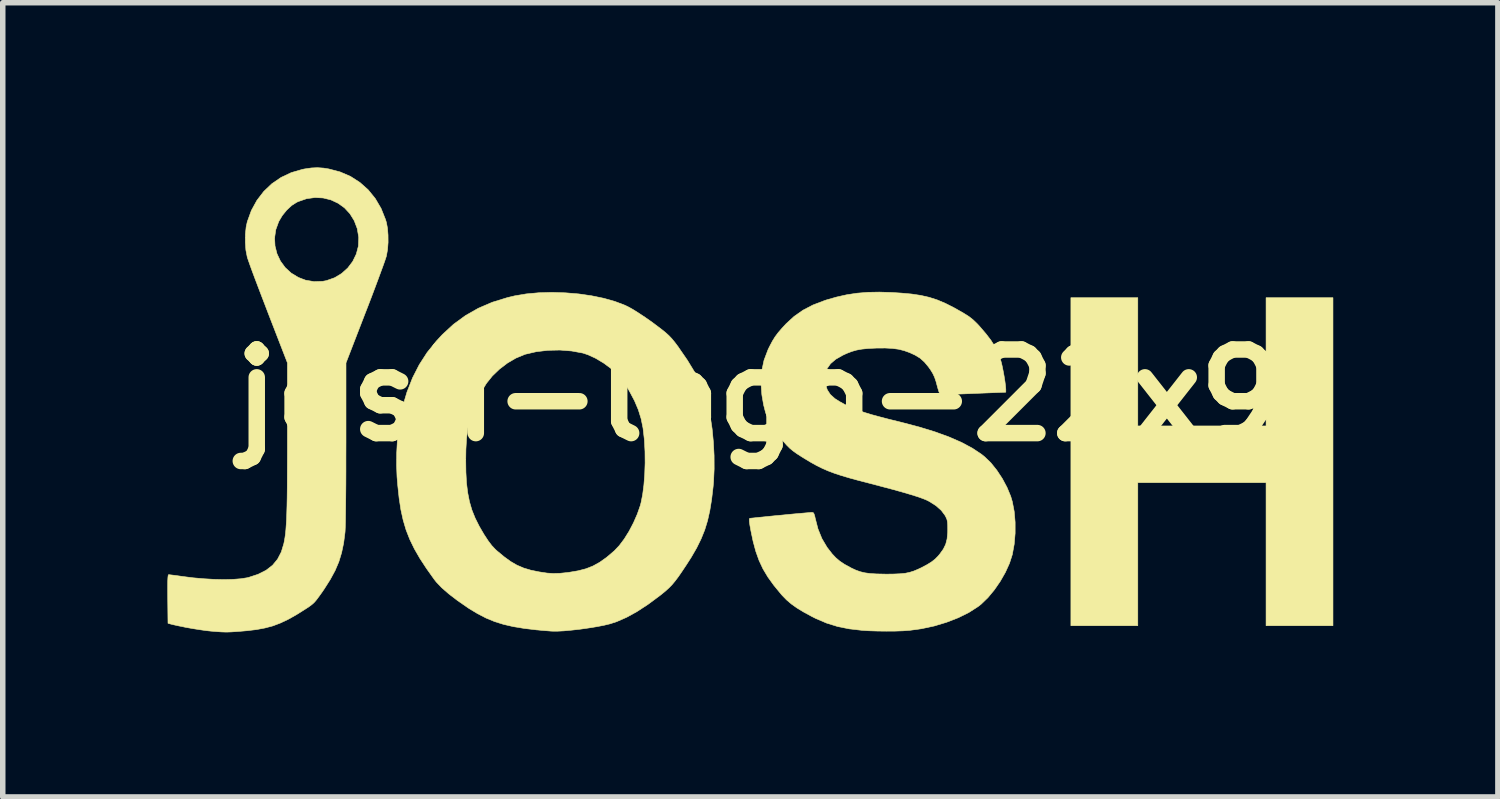
<source format=kicad_pcb>
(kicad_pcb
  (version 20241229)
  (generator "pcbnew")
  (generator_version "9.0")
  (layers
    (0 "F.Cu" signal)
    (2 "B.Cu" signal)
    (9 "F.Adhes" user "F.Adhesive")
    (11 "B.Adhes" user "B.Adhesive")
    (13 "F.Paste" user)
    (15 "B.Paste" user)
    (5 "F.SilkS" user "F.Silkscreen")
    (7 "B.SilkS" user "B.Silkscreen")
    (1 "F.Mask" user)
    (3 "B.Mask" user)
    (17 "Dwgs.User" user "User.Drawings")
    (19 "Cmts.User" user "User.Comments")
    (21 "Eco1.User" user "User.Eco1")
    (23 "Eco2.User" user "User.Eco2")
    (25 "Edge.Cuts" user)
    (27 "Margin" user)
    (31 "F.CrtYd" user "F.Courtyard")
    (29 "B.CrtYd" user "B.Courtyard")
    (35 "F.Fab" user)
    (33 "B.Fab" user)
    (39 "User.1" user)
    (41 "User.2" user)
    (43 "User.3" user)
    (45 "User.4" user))
  (footprint "josh-logo-22x9"
    (layer "F.Cu")
    (at 10.772 4.152)
    (property "Reference" "josh-logo-22x9" (at 0 0 0) (layer "F.SilkS") (effects (font (size 1.524 1.524) (thickness 0.3))))
    (attr through_hole)
    (fp_poly (pts (xy 6.909 0.559) (xy 9.246 0.559) (xy 9.246 -1.778) (xy 10.465 -1.778) (xy 10.465 4.199) (xy 9.246 4.199) (xy 9.246 1.592) (xy 6.909 1.592) (xy 6.909 4.199) (xy 5.69 4.199) (xy 5.69 -1.778) (xy 6.909 -1.778) (xy 6.909 0.559)) (stroke (width 0.01) (type solid)) (fill yes) (layer "F.SilkS"))
    (fp_poly (pts (xy -7.924 -4.139) (xy -7.832 -4.124) (xy -7.626 -4.07) (xy -7.436 -3.988) (xy -7.265 -3.878) (xy -7.113 -3.743) (xy -6.984 -3.584) (xy -6.878 -3.403) (xy -6.798 -3.203) (xy -6.782 -3.15) (xy -6.762 -3.044) (xy -6.752 -2.918) (xy -6.751 -2.784) (xy -6.761 -2.654) (xy -6.781 -2.541) (xy -6.781 -2.54) (xy -6.793 -2.501) (xy -6.816 -2.433) (xy -6.849 -2.341) (xy -6.891 -2.227) (xy -6.94 -2.094) (xy -6.995 -1.947) (xy -7.055 -1.788) (xy -7.119 -1.621) (xy -7.166 -1.501) (xy -7.518 -0.59) (xy -7.518 0.862) (xy -7.519 1.134) (xy -7.519 1.387) (xy -7.52 1.618) (xy -7.522 1.828) (xy -7.524 2.012) (xy -7.526 2.171) (xy -7.528 2.302) (xy -7.531 2.404) (xy -7.534 2.474) (xy -7.536 2.499) (xy -7.561 2.693) (xy -7.598 2.869) (xy -7.648 3.033) (xy -7.716 3.193) (xy -7.805 3.357) (xy -7.916 3.532) (xy -7.955 3.589) (xy -8.013 3.67) (xy -8.058 3.73) (xy -8.097 3.775) (xy -8.138 3.812) (xy -8.186 3.848) (xy -8.249 3.89) (xy -8.257 3.895) (xy -8.424 4) (xy -8.574 4.084) (xy -8.714 4.15) (xy -8.851 4.202) (xy -8.994 4.24) (xy -9.149 4.269) (xy -9.324 4.29) (xy -9.441 4.3) (xy -9.537 4.307) (xy -9.61 4.312) (xy -9.669 4.314) (xy -9.725 4.314) (xy -9.785 4.312) (xy -9.86 4.307) (xy -9.958 4.299) (xy -9.974 4.298) (xy -10.065 4.288) (xy -10.178 4.272) (xy -10.305 4.252) (xy -10.435 4.229) (xy -10.557 4.204) (xy -10.662 4.181) (xy -10.71 4.169) (xy -10.761 4.155) (xy -10.766 3.711) (xy -10.767 3.572) (xy -10.767 3.463) (xy -10.766 3.382) (xy -10.763 3.325) (xy -10.759 3.289) (xy -10.754 3.272) (xy -10.749 3.268) (xy -10.725 3.271) (xy -10.674 3.277) (xy -10.604 3.286) (xy -10.52 3.298) (xy -10.499 3.301) (xy -10.303 3.326) (xy -10.108 3.343) (xy -9.919 3.354) (xy -9.74 3.358) (xy -9.577 3.354) (xy -9.435 3.343) (xy -9.32 3.325) (xy -9.294 3.319) (xy -9.12 3.262) (xy -8.975 3.189) (xy -8.857 3.098) (xy -8.765 2.987) (xy -8.696 2.854) (xy -8.65 2.701) (xy -8.639 2.646) (xy -8.629 2.586) (xy -8.62 2.521) (xy -8.613 2.447) (xy -8.607 2.362) (xy -8.601 2.264) (xy -8.597 2.151) (xy -8.593 2.02) (xy -8.59 1.869) (xy -8.588 1.695) (xy -8.587 1.496) (xy -8.586 1.271) (xy -8.585 1.016) (xy -8.585 0.768) (xy -8.585 -0.591) (xy -8.935 -1.494) (xy -9 -1.664) (xy -9.063 -1.828) (xy -9.122 -1.983) (xy -9.176 -2.125) (xy -9.223 -2.251) (xy -9.262 -2.358) (xy -9.292 -2.443) (xy -9.312 -2.501) (xy -9.318 -2.523) (xy -9.342 -2.646) (xy -9.352 -2.787) (xy -9.351 -2.868) (xy -8.819 -2.868) (xy -8.811 -2.72) (xy -8.775 -2.578) (xy -8.713 -2.446) (xy -8.626 -2.327) (xy -8.516 -2.226) (xy -8.385 -2.147) (xy -8.258 -2.098) (xy -8.102 -2.071) (xy -7.944 -2.076) (xy -7.874 -2.089) (xy -7.727 -2.141) (xy -7.597 -2.219) (xy -7.485 -2.32) (xy -7.395 -2.439) (xy -7.33 -2.573) (xy -7.292 -2.718) (xy -7.286 -2.87) (xy -7.286 -2.878) (xy -7.313 -3.038) (xy -7.368 -3.182) (xy -7.446 -3.308) (xy -7.545 -3.415) (xy -7.662 -3.499) (xy -7.792 -3.56) (xy -7.934 -3.595) (xy -8.083 -3.603) (xy -8.236 -3.582) (xy -8.389 -3.529) (xy -8.415 -3.517) (xy -8.508 -3.458) (xy -8.599 -3.373) (xy -8.68 -3.273) (xy -8.743 -3.166) (xy -8.797 -3.018) (xy -8.819 -2.868) (xy -9.351 -2.868) (xy -9.351 -2.932) (xy -9.337 -3.068) (xy -9.316 -3.163) (xy -9.242 -3.367) (xy -9.141 -3.551) (xy -9.016 -3.714) (xy -8.869 -3.854) (xy -8.701 -3.969) (xy -8.515 -4.057) (xy -8.312 -4.116) (xy -8.272 -4.124) (xy -8.147 -4.142) (xy -8.037 -4.147) (xy -7.924 -4.139)) (stroke (width 0.01) (type solid)) (fill yes) (layer "F.SilkS"))
    (fp_poly (pts (xy -3.522 -1.867) (xy -3.28 -1.847) (xy -3.044 -1.813) (xy -2.821 -1.767) (xy -2.617 -1.709) (xy -2.437 -1.641) (xy -2.379 -1.613) (xy -2.292 -1.565) (xy -2.187 -1.499) (xy -2.069 -1.421) (xy -1.946 -1.335) (xy -1.826 -1.245) (xy -1.786 -1.215) (xy -1.702 -1.148) (xy -1.637 -1.09) (xy -1.581 -1.031) (xy -1.526 -0.964) (xy -1.461 -0.877) (xy -1.459 -0.873) (xy -1.299 -0.641) (xy -1.168 -0.426) (xy -1.064 -0.228) (xy -0.988 -0.046) (xy -0.976 -0.01) (xy -0.924 0.174) (xy -0.881 0.383) (xy -0.847 0.612) (xy -0.824 0.853) (xy -0.811 1.099) (xy -0.81 1.343) (xy -0.821 1.579) (xy -0.829 1.668) (xy -0.856 1.898) (xy -0.889 2.101) (xy -0.93 2.284) (xy -0.982 2.454) (xy -1.048 2.617) (xy -1.128 2.78) (xy -1.227 2.951) (xy -1.316 3.09) (xy -1.396 3.21) (xy -1.463 3.307) (xy -1.521 3.384) (xy -1.575 3.449) (xy -1.63 3.506) (xy -1.69 3.561) (xy -1.759 3.618) (xy -1.798 3.649) (xy -2.015 3.81) (xy -2.217 3.942) (xy -2.406 4.046) (xy -2.584 4.124) (xy -2.706 4.164) (xy -2.818 4.191) (xy -2.953 4.217) (xy -3.102 4.241) (xy -3.257 4.263) (xy -3.41 4.28) (xy -3.552 4.293) (xy -3.674 4.299) (xy -3.734 4.299) (xy -3.783 4.297) (xy -3.857 4.291) (xy -3.945 4.284) (xy -4.037 4.275) (xy -4.043 4.275) (xy -4.27 4.248) (xy -4.47 4.215) (xy -4.648 4.174) (xy -4.811 4.123) (xy -4.966 4.059) (xy -5.119 3.98) (xy -5.275 3.886) (xy -5.3 3.869) (xy -5.485 3.741) (xy -5.643 3.62) (xy -5.773 3.507) (xy -5.873 3.402) (xy -5.909 3.356) (xy -6.052 3.155) (xy -6.173 2.97) (xy -6.273 2.796) (xy -6.356 2.625) (xy -6.423 2.454) (xy -6.476 2.275) (xy -6.518 2.084) (xy -6.55 1.874) (xy -6.575 1.64) (xy -6.588 1.486) (xy -6.596 1.275) (xy -6.595 1.176) (xy -5.336 1.176) (xy -5.333 1.402) (xy -5.322 1.601) (xy -5.3 1.778) (xy -5.268 1.939) (xy -5.224 2.09) (xy -5.165 2.237) (xy -5.091 2.385) (xy -5.001 2.54) (xy -4.999 2.542) (xy -4.927 2.652) (xy -4.862 2.738) (xy -4.798 2.806) (xy -4.771 2.831) (xy -4.64 2.94) (xy -4.521 3.027) (xy -4.404 3.095) (xy -4.283 3.147) (xy -4.15 3.187) (xy -3.998 3.218) (xy -3.852 3.24) (xy -3.744 3.247) (xy -3.622 3.244) (xy -3.476 3.229) (xy -3.454 3.226) (xy -3.289 3.198) (xy -3.146 3.161) (xy -3.017 3.11) (xy -2.894 3.042) (xy -2.769 2.953) (xy -2.635 2.839) (xy -2.631 2.836) (xy -2.54 2.74) (xy -2.448 2.618) (xy -2.36 2.477) (xy -2.28 2.324) (xy -2.211 2.167) (xy -2.157 2.013) (xy -2.143 1.962) (xy -2.113 1.811) (xy -2.09 1.635) (xy -2.075 1.439) (xy -2.068 1.233) (xy -2.07 1.023) (xy -2.081 0.816) (xy -2.084 0.787) (xy -2.106 0.597) (xy -2.141 0.426) (xy -2.192 0.263) (xy -2.26 0.102) (xy -2.351 -0.07) (xy -2.391 -0.139) (xy -2.443 -0.224) (xy -2.486 -0.289) (xy -2.527 -0.341) (xy -2.573 -0.388) (xy -2.63 -0.439) (xy -2.674 -0.476) (xy -2.819 -0.584) (xy -2.967 -0.673) (xy -3.111 -0.739) (xy -3.206 -0.77) (xy -3.407 -0.807) (xy -3.621 -0.824) (xy -3.839 -0.819) (xy -4.051 -0.794) (xy -4.246 -0.749) (xy -4.267 -0.742) (xy -4.421 -0.678) (xy -4.575 -0.588) (xy -4.721 -0.477) (xy -4.851 -0.352) (xy -4.957 -0.22) (xy -4.976 -0.19) (xy -5.075 -0.024) (xy -5.155 0.133) (xy -5.218 0.285) (xy -5.265 0.441) (xy -5.299 0.605) (xy -5.321 0.784) (xy -5.333 0.985) (xy -5.336 1.176) (xy -6.595 1.176) (xy -6.594 1.053) (xy -6.582 0.828) (xy -6.56 0.609) (xy -6.53 0.405) (xy -6.492 0.229) (xy -6.407 -0.058) (xy -6.305 -0.318) (xy -6.183 -0.557) (xy -6.04 -0.779) (xy -5.871 -0.988) (xy -5.761 -1.107) (xy -5.558 -1.294) (xy -5.34 -1.453) (xy -5.106 -1.586) (xy -4.852 -1.695) (xy -4.576 -1.78) (xy -4.447 -1.811) (xy -4.234 -1.847) (xy -4.005 -1.868) (xy -3.766 -1.875) (xy -3.522 -1.867)) (stroke (width 0.01) (type solid)) (fill yes) (layer "F.SilkS"))
    (fp_poly (pts (xy 2.428 -1.873) (xy 2.596 -1.862) (xy 2.786 -1.845) (xy 2.953 -1.82) (xy 3.107 -1.785) (xy 3.254 -1.738) (xy 3.403 -1.675) (xy 3.561 -1.595) (xy 3.737 -1.495) (xy 3.74 -1.493) (xy 3.832 -1.435) (xy 3.908 -1.375) (xy 3.983 -1.303) (xy 4.028 -1.254) (xy 4.142 -1.121) (xy 4.233 -1.002) (xy 4.304 -0.89) (xy 4.359 -0.779) (xy 4.403 -0.664) (xy 4.42 -0.607) (xy 4.437 -0.536) (xy 4.455 -0.447) (xy 4.473 -0.35) (xy 4.488 -0.255) (xy 4.499 -0.171) (xy 4.504 -0.109) (xy 4.504 -0.1) (xy 4.504 -0.056) (xy 3.916 -0.033) (xy 3.778 -0.027) (xy 3.65 -0.022) (xy 3.537 -0.017) (xy 3.443 -0.014) (xy 3.371 -0.011) (xy 3.326 -0.009) (xy 3.312 -0.009) (xy 3.301 -0.024) (xy 3.285 -0.065) (xy 3.267 -0.123) (xy 3.259 -0.152) (xy 3.232 -0.252) (xy 3.206 -0.329) (xy 3.176 -0.393) (xy 3.138 -0.456) (xy 3.093 -0.52) (xy 3.02 -0.607) (xy 2.943 -0.676) (xy 2.851 -0.732) (xy 2.753 -0.777) (xy 2.653 -0.813) (xy 2.55 -0.839) (xy 2.437 -0.854) (xy 2.307 -0.861) (xy 2.151 -0.86) (xy 2.125 -0.859) (xy 1.991 -0.852) (xy 1.881 -0.841) (xy 1.787 -0.824) (xy 1.699 -0.799) (xy 1.608 -0.764) (xy 1.534 -0.73) (xy 1.406 -0.657) (xy 1.31 -0.575) (xy 1.245 -0.482) (xy 1.212 -0.378) (xy 1.209 -0.261) (xy 1.219 -0.195) (xy 1.252 -0.098) (xy 1.307 -0.014) (xy 1.39 0.061) (xy 1.474 0.114) (xy 1.559 0.161) (xy 1.643 0.203) (xy 1.732 0.242) (xy 1.827 0.279) (xy 1.935 0.315) (xy 2.059 0.353) (xy 2.203 0.392) (xy 2.371 0.436) (xy 2.567 0.484) (xy 2.599 0.492) (xy 2.922 0.577) (xy 3.213 0.666) (xy 3.471 0.76) (xy 3.698 0.859) (xy 3.894 0.964) (xy 4.061 1.075) (xy 4.119 1.122) (xy 4.232 1.231) (xy 4.341 1.367) (xy 4.441 1.519) (xy 4.527 1.68) (xy 4.594 1.842) (xy 4.623 1.94) (xy 4.657 2.117) (xy 4.674 2.313) (xy 4.674 2.515) (xy 4.657 2.714) (xy 4.623 2.899) (xy 4.622 2.904) (xy 4.571 3.062) (xy 4.496 3.227) (xy 4.402 3.391) (xy 4.295 3.546) (xy 4.178 3.687) (xy 4.056 3.805) (xy 3.999 3.85) (xy 3.832 3.957) (xy 3.639 4.053) (xy 3.425 4.136) (xy 3.199 4.204) (xy 2.965 4.254) (xy 2.753 4.283) (xy 2.632 4.292) (xy 2.487 4.297) (xy 2.328 4.298) (xy 2.166 4.296) (xy 2.008 4.291) (xy 1.885 4.283) (xy 1.651 4.256) (xy 1.439 4.213) (xy 1.239 4.151) (xy 1.042 4.067) (xy 0.965 4.028) (xy 0.818 3.948) (xy 0.698 3.875) (xy 0.597 3.803) (xy 0.51 3.729) (xy 0.431 3.648) (xy 0.41 3.624) (xy 0.278 3.463) (xy 0.169 3.312) (xy 0.08 3.163) (xy 0.008 3.009) (xy -0.051 2.844) (xy -0.101 2.658) (xy -0.141 2.467) (xy -0.159 2.367) (xy -0.168 2.298) (xy -0.169 2.258) (xy -0.163 2.243) (xy -0.142 2.24) (xy -0.092 2.235) (xy -0.018 2.227) (xy 0.074 2.218) (xy 0.181 2.207) (xy 0.298 2.195) (xy 0.418 2.184) (xy 0.539 2.172) (xy 0.654 2.161) (xy 0.758 2.152) (xy 0.848 2.144) (xy 0.918 2.138) (xy 0.962 2.134) (xy 0.975 2.134) (xy 0.996 2.139) (xy 1.01 2.161) (xy 1.024 2.206) (xy 1.031 2.239) (xy 1.082 2.436) (xy 1.153 2.611) (xy 1.247 2.77) (xy 1.341 2.891) (xy 1.408 2.962) (xy 1.48 3.023) (xy 1.567 3.081) (xy 1.677 3.141) (xy 1.694 3.15) (xy 1.774 3.187) (xy 1.853 3.215) (xy 1.937 3.235) (xy 2.033 3.248) (xy 2.148 3.255) (xy 2.287 3.258) (xy 2.328 3.259) (xy 2.467 3.257) (xy 2.579 3.252) (xy 2.672 3.243) (xy 2.753 3.226) (xy 2.829 3.202) (xy 2.907 3.169) (xy 2.969 3.14) (xy 3.072 3.085) (xy 3.152 3.035) (xy 3.216 2.985) (xy 3.272 2.928) (xy 3.302 2.892) (xy 3.366 2.803) (xy 3.409 2.715) (xy 3.434 2.618) (xy 3.445 2.502) (xy 3.446 2.447) (xy 3.445 2.367) (xy 3.441 2.31) (xy 3.433 2.267) (xy 3.417 2.228) (xy 3.397 2.189) (xy 3.329 2.098) (xy 3.232 2.012) (xy 3.109 1.934) (xy 3.066 1.912) (xy 2.998 1.884) (xy 2.903 1.85) (xy 2.779 1.811) (xy 2.626 1.766) (xy 2.443 1.715) (xy 2.228 1.658) (xy 2.015 1.602) (xy 1.818 1.551) (xy 1.65 1.505) (xy 1.505 1.462) (xy 1.378 1.42) (xy 1.264 1.377) (xy 1.159 1.331) (xy 1.056 1.28) (xy 0.952 1.222) (xy 0.842 1.156) (xy 0.787 1.122) (xy 0.697 1.064) (xy 0.627 1.014) (xy 0.568 0.965) (xy 0.511 0.908) (xy 0.447 0.836) (xy 0.443 0.832) (xy 0.332 0.696) (xy 0.245 0.571) (xy 0.179 0.448) (xy 0.128 0.319) (xy 0.091 0.175) (xy 0.062 0.008) (xy 0.059 -0.012) (xy 0.043 -0.232) (xy 0.056 -0.439) (xy 0.099 -0.639) (xy 0.174 -0.837) (xy 0.204 -0.897) (xy 0.252 -0.988) (xy 0.301 -1.067) (xy 0.357 -1.142) (xy 0.427 -1.223) (xy 0.503 -1.305) (xy 0.647 -1.437) (xy 0.808 -1.55) (xy 0.99 -1.645) (xy 1.2 -1.725) (xy 1.235 -1.737) (xy 1.425 -1.791) (xy 1.609 -1.832) (xy 1.795 -1.86) (xy 1.989 -1.876) (xy 2.198 -1.88) (xy 2.428 -1.873)) (stroke (width 0.01) (type solid)) (fill yes) (layer "F.SilkS")))
  (gr_rect
    (start -3 -3)
    (end 24.242 11.471)
    (stroke (width 0.1) (type default))
    (fill no)
    (layer "Edge.Cuts")))
</source>
